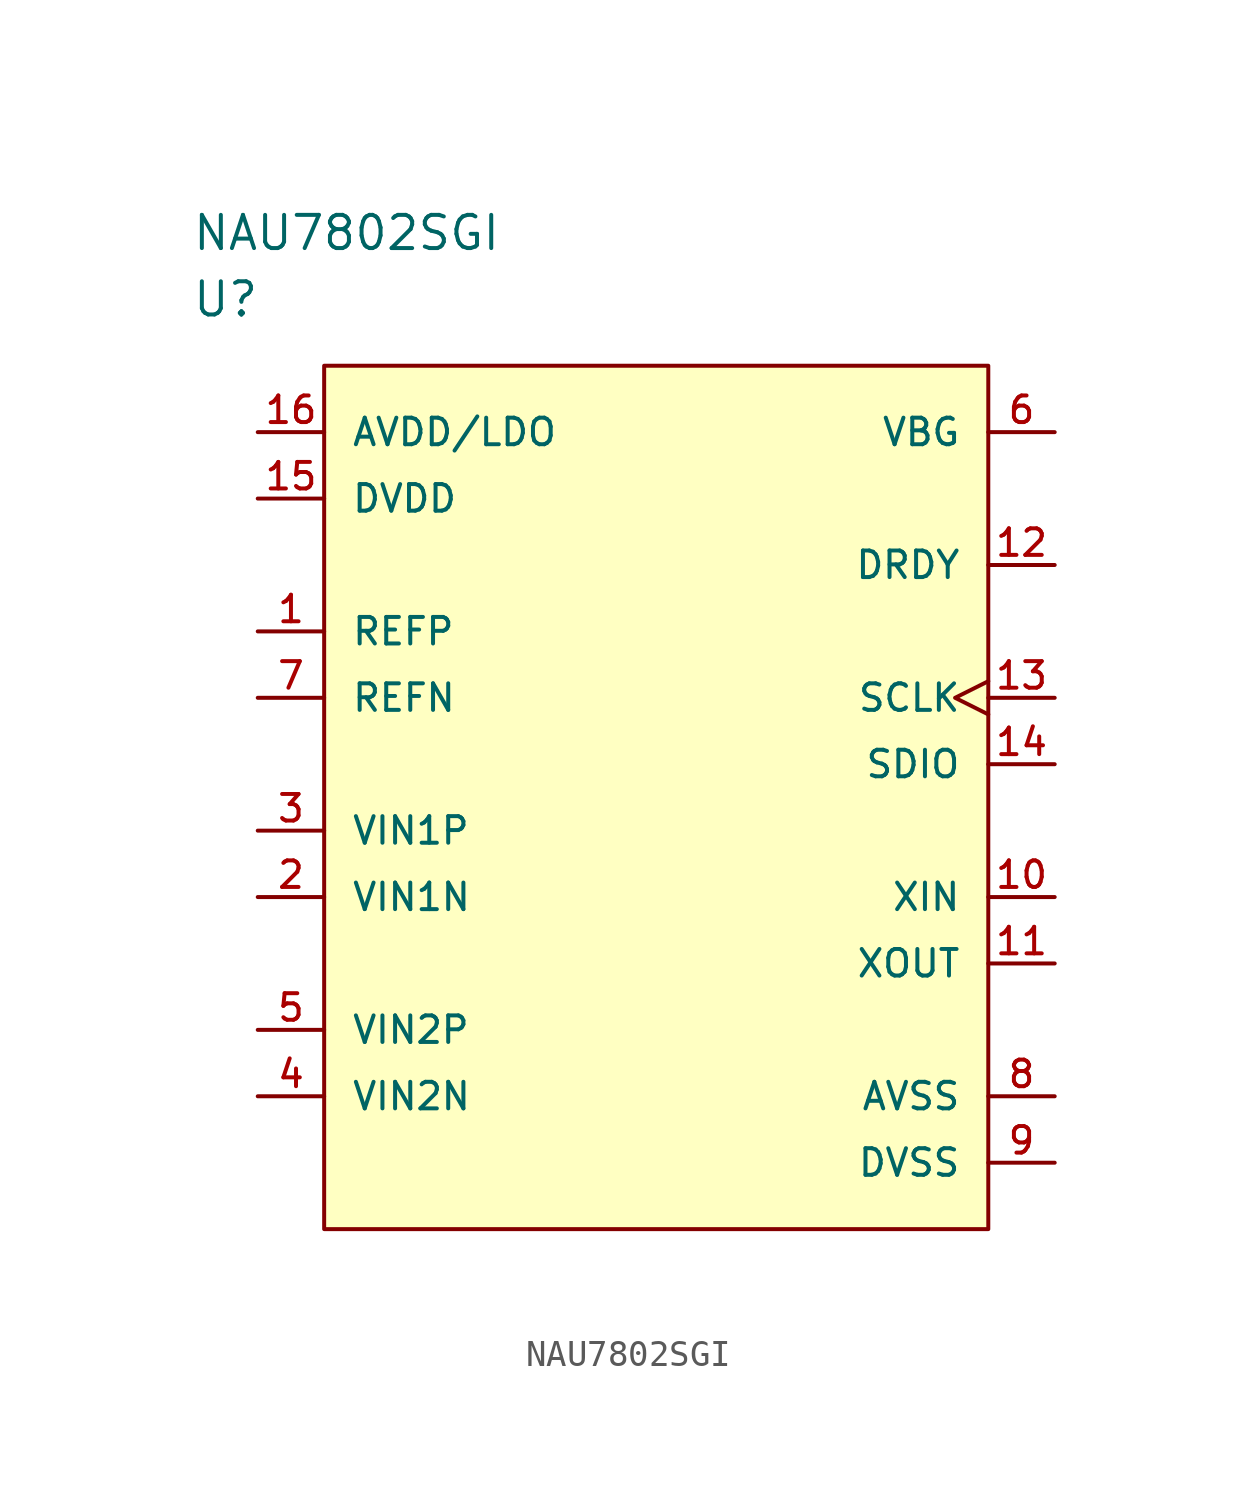
<source format=kicad_sym>
(kicad_symbol_lib
  (version 20211014)
  (generator kicad_symbol_editor)
  (symbol "NAU7802SGI"
    (pin_names
      (offset 1.016))
    (property "Reference" "U"
      (at 0 5.08 0)
      (effects (font (size 1.27 1.27)) (justify left)))
    (property "Value" "NAU7802SGI"
      (at 0 7.62 0)
      (effects (font (size 1.27 1.27)) (justify left)))
    (property "ki_locked" ""
      (at 0 0 0)
      (effects (font (size 1.27 1.27))))
    (symbol "NAU7802SGI_1_1"
      (rectangle (start 5.08 2.54) (end 30.48 -30.48) (stroke (width 0) (type default) (color 0 0 0 0)) (fill (type background)))
      (pin input line (at 2.54 -7.62 0) (length 2.54) (name "REFP" (effects (font (size 1.016 1.016)))) (number "1" (effects (font (size 1.016 1.016)))))
      (pin input line (at 33.02 -17.78 180) (length 2.54) (name "XIN" (effects (font (size 1.016 1.016)))) (number "10" (effects (font (size 1.016 1.016)))))
      (pin output line (at 33.02 -20.32 180) (length 2.54) (name "XOUT" (effects (font (size 1.016 1.016)))) (number "11" (effects (font (size 1.016 1.016)))))
      (pin output line (at 33.02 -5.08 180) (length 2.54) (name "DRDY" (effects (font (size 1.016 1.016)))) (number "12" (effects (font (size 1.016 1.016)))))
      (pin input clock (at 33.02 -10.16 180) (length 2.54) (name "SCLK" (effects (font (size 1.016 1.016)))) (number "13" (effects (font (size 1.016 1.016)))))
      (pin bidirectional line (at 33.02 -12.7 180) (length 2.54) (name "SDIO" (effects (font (size 1.016 1.016)))) (number "14" (effects (font (size 1.016 1.016)))))
      (pin power_in line (at 2.54 -2.54 0) (length 2.54) (name "DVDD" (effects (font (size 1.016 1.016)))) (number "15" (effects (font (size 1.016 1.016)))))
      (pin power_in line (at 2.54 0 0) (length 2.54) (name "AVDD/LDO" (effects (font (size 1.016 1.016)))) (number "16" (effects (font (size 1.016 1.016)))))
      (pin input line (at 2.54 -17.78 0) (length 2.54) (name "VIN1N" (effects (font (size 1.016 1.016)))) (number "2" (effects (font (size 1.016 1.016)))))
      (pin input line (at 2.54 -15.24 0) (length 2.54) (name "VIN1P" (effects (font (size 1.016 1.016)))) (number "3" (effects (font (size 1.016 1.016)))))
      (pin input line (at 2.54 -25.4 0) (length 2.54) (name "VIN2N" (effects (font (size 1.016 1.016)))) (number "4" (effects (font (size 1.016 1.016)))))
      (pin input line (at 2.54 -22.86 0) (length 2.54) (name "VIN2P" (effects (font (size 1.016 1.016)))) (number "5" (effects (font (size 1.016 1.016)))))
      (pin output line (at 33.02 0 180) (length 2.54) (name "VBG" (effects (font (size 1.016 1.016)))) (number "6" (effects (font (size 1.016 1.016)))))
      (pin input line (at 2.54 -10.16 0) (length 2.54) (name "REFN" (effects (font (size 1.016 1.016)))) (number "7" (effects (font (size 1.016 1.016)))))
      (pin power_in line (at 33.02 -25.4 180) (length 2.54) (name "AVSS" (effects (font (size 1.016 1.016)))) (number "8" (effects (font (size 1.016 1.016)))))
      (pin power_in line (at 33.02 -27.94 180) (length 2.54) (name "DVSS" (effects (font (size 1.016 1.016)))) (number "9" (effects (font (size 1.016 1.016))))))))
</source>
